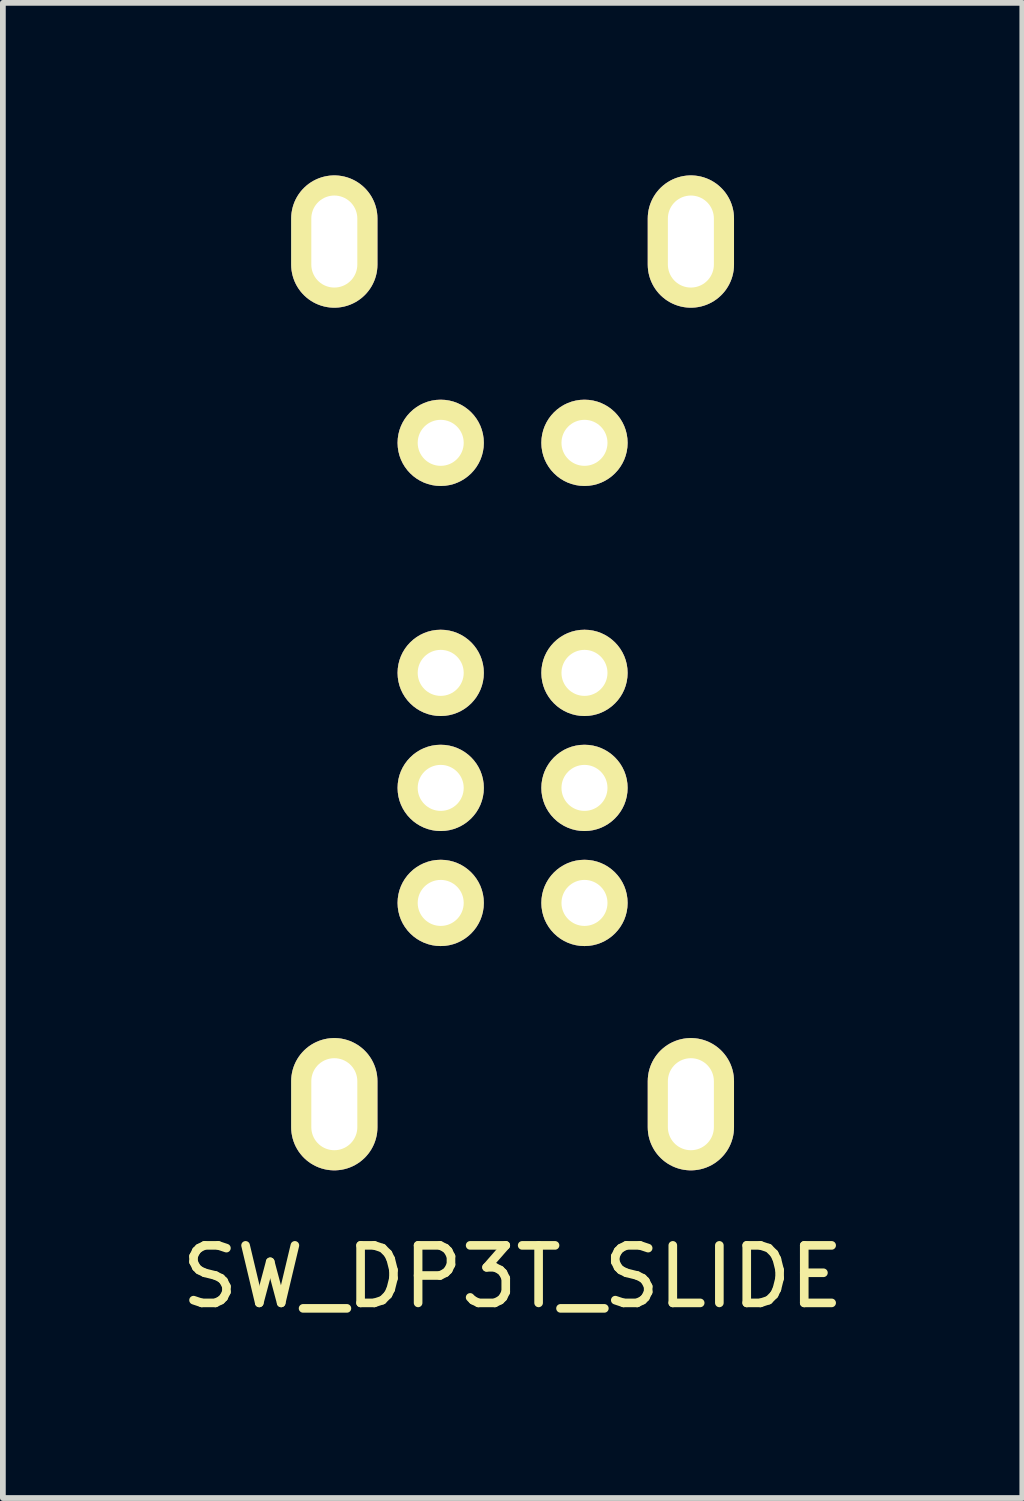
<source format=kicad_pcb>
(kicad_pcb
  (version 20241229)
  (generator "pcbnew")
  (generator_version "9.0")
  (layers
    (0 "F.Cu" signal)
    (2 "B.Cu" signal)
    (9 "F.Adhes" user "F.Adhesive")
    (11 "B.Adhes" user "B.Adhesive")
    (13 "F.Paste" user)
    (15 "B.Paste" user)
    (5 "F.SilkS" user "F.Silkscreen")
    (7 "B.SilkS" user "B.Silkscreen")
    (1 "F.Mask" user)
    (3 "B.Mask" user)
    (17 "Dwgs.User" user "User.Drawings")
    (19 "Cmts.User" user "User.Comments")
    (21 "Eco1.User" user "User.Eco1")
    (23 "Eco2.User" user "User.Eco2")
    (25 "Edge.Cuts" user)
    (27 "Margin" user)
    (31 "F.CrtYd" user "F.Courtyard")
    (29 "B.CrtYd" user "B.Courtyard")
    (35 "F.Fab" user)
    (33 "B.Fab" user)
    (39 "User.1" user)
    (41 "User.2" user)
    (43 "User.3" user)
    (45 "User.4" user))
  (footprint "SW_DP3T_SLIDE"
    (layer "F.Cu")
    (at 5.863 8.65)
    (property "Reference" "SW_DP3T_SLIDE" (at 0 10.5 0) (layer "F.SilkS") (effects (font (size 1 1) (thickness 0.15))))
    (attr through_hole)
    (pad "" thru_hole oval (at -3.1 -7.5) (size 1.5 2.3) (drill oval 0.8 1.6) (layers "*.Cu" "*.Mask" "F.SilkS"))
    (pad "" thru_hole oval (at -3.1 7.5) (size 1.5 2.3) (drill oval 0.8 1.6) (layers "*.Cu" "*.Mask" "F.SilkS"))
    (pad "" thru_hole oval (at 3.1 -7.5) (size 1.5 2.3) (drill oval 0.8 1.6) (layers "*.Cu" "*.Mask" "F.SilkS"))
    (pad "" thru_hole oval (at 3.1 7.5) (size 1.5 2.3) (drill oval 0.8 1.6) (layers "*.Cu" "*.Mask" "F.SilkS"))
    (pad "1" thru_hole circle (at -1.25 -4) (size 1.5 1.5) (drill 0.8) (layers "*.Cu" "*.Mask" "F.SilkS"))
    (pad "2" thru_hole circle (at -1.25 0) (size 1.5 1.5) (drill 0.8) (layers "*.Cu" "*.Mask" "F.SilkS"))
    (pad "3" thru_hole circle (at -1.25 2) (size 1.5 1.5) (drill 0.8) (layers "*.Cu" "*.Mask" "F.SilkS"))
    (pad "4" thru_hole circle (at -1.25 4) (size 1.5 1.5) (drill 0.8) (layers "*.Cu" "*.Mask" "F.SilkS"))
    (pad "5" thru_hole circle (at 1.25 4) (size 1.5 1.5) (drill 0.8) (layers "*.Cu" "*.Mask" "F.SilkS"))
    (pad "6" thru_hole circle (at 1.25 2) (size 1.5 1.5) (drill 0.8) (layers "*.Cu" "*.Mask" "F.SilkS"))
    (pad "7" thru_hole circle (at 1.25 0) (size 1.5 1.5) (drill 0.8) (layers "*.Cu" "*.Mask" "F.SilkS"))
    (pad "8" thru_hole circle (at 1.25 -4) (size 1.5 1.5) (drill 0.8) (layers "*.Cu" "*.Mask" "F.SilkS")))
  (gr_rect
    (start -3 -3)
    (end 14.726 22.998)
    (stroke (width 0.1) (type default))
    (fill no)
    (layer "Edge.Cuts")))
</source>
